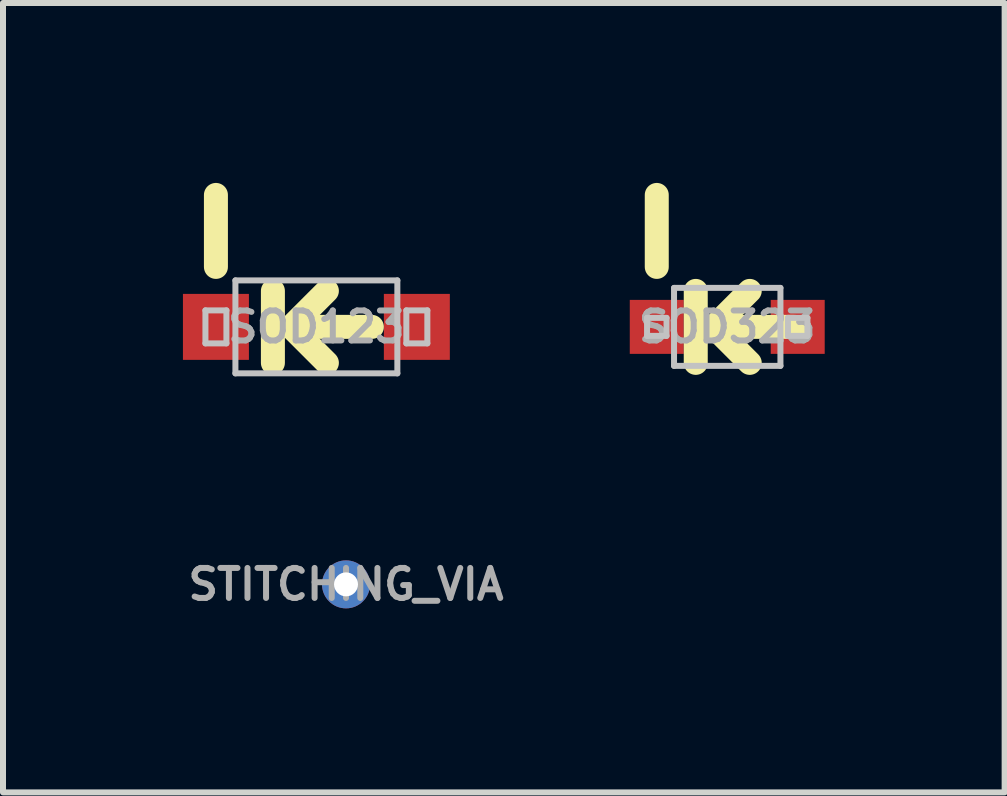
<source format=kicad_pcb>
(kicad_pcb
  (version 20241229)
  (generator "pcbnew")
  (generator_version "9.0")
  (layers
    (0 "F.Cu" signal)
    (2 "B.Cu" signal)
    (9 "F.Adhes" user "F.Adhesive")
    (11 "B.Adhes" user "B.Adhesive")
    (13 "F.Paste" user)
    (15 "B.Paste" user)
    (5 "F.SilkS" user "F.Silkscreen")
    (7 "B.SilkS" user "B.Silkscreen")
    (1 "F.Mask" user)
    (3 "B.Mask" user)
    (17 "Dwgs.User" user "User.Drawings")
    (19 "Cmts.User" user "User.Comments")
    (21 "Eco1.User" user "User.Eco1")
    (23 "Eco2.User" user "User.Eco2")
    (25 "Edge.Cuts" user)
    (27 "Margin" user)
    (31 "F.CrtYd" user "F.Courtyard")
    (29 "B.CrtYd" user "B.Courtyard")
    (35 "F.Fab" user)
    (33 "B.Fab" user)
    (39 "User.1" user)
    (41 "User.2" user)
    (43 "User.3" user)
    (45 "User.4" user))
  (footprint "STITCHING_VIA"
    (layer "F.Cu")
    (at 2.719 6.693)
    (property "Reference" "STITCHING_VIA" (at 0 0 0) (layer "F.Fab") (effects (font (size 0.5 0.5) (thickness 0.1))))
    (attr exclude_from_pos_files exclude_from_bom)
    (pad "" thru_hole circle (at 0 0) (size 0.8 0.8) (drill 0.4) (layers "*.Cu")))
  (footprint "SOD123"
    (layer "F.Cu")
    (at 2.225 2.4)
    (property "Reference" "SOD123" (at 0 0 0) (layer "F.Fab") (effects (font (size 0.5 0.5) (thickness 0.1))))
    (attr smd)
    (fp_line (start -1.675 -2.2) (end -1.675 -1) (stroke (width 0.4) (type solid)) (layer "F.SilkS"))
    (fp_line (start -0.725 -0.6) (end -0.725 0.6) (stroke (width 0.4) (type solid)) (layer "F.SilkS"))
    (fp_line (start -0.425 0) (end 0.175 -0.6) (stroke (width 0.4) (type solid)) (layer "F.SilkS"))
    (fp_line (start -0.425 0) (end 0.175 0.6) (stroke (width 0.4) (type solid)) (layer "F.SilkS"))
    (fp_line (start 0.925 0) (end -0.275 0) (stroke (width 0.4) (type solid)) (layer "F.SilkS"))
    (fp_line (start -1.85 -0.275) (end -1.5 -0.275) (stroke (width 0.1) (type solid)) (layer "Dwgs.User"))
    (fp_line (start -1.85 0.275) (end -1.85 -0.275) (stroke (width 0.1) (type solid)) (layer "Dwgs.User"))
    (fp_line (start -1.85 0.275) (end -1.5 0.275) (stroke (width 0.1) (type solid)) (layer "Dwgs.User"))
    (fp_line (start -1.5 0.275) (end -1.5 -0.275) (stroke (width 0.1) (type solid)) (layer "Dwgs.User"))
    (fp_line (start -1.35 -0.775) (end -1.35 0.775) (stroke (width 0.1) (type solid)) (layer "Dwgs.User"))
    (fp_line (start -1.35 -0.775) (end 1.35 -0.775) (stroke (width 0.1) (type solid)) (layer "Dwgs.User"))
    (fp_line (start -1.35 0.775) (end 1.35 0.775) (stroke (width 0.1) (type solid)) (layer "Dwgs.User"))
    (fp_line (start 1.35 0.775) (end 1.35 -0.775) (stroke (width 0.1) (type solid)) (layer "Dwgs.User"))
    (fp_line (start 1.5 0.275) (end 1.5 -0.275) (stroke (width 0.1) (type solid)) (layer "Dwgs.User"))
    (fp_line (start 1.85 -0.275) (end 1.5 -0.275) (stroke (width 0.1) (type solid)) (layer "Dwgs.User"))
    (fp_line (start 1.85 0.275) (end 1.5 0.275) (stroke (width 0.1) (type solid)) (layer "Dwgs.User"))
    (fp_line (start 1.85 0.275) (end 1.85 -0.275) (stroke (width 0.1) (type solid)) (layer "Dwgs.User"))
    (pad "1" smd rect (at -1.675 0) (size 1.1 1.1) (layers "F.Cu" "F.Mask" "F.Paste"))
    (pad "2" smd rect (at 1.675 0) (size 1.1 1.1) (layers "F.Cu" "F.Mask" "F.Paste")))
  (footprint "SOD323"
    (layer "F.Cu")
    (at 9.075 2.4)
    (property "Reference" "SOD323" (at 0 0 0) (layer "F.Fab") (effects (font (size 0.5 0.5) (thickness 0.1))))
    (attr smd)
    (fp_line (start -1.175 -2.2) (end -1.175 -1) (stroke (width 0.4) (type solid)) (layer "F.SilkS"))
    (fp_line (start -0.525 -0.6) (end -0.525 0.6) (stroke (width 0.4) (type solid)) (layer "F.SilkS"))
    (fp_line (start -0.225 0) (end 0.375 -0.6) (stroke (width 0.4) (type solid)) (layer "F.SilkS"))
    (fp_line (start -0.225 0) (end 0.375 0.6) (stroke (width 0.4) (type solid)) (layer "F.SilkS"))
    (fp_line (start 1.125 0) (end -0.075 0) (stroke (width 0.4) (type solid)) (layer "F.SilkS"))
    (fp_line (start -1.337 -0.15) (end -1.337 0.15) (stroke (width 0.1) (type solid)) (layer "Dwgs.User"))
    (fp_line (start -1.337 -0.15) (end -1.012 -0.15) (stroke (width 0.1) (type solid)) (layer "Dwgs.User"))
    (fp_line (start -1.337 0.15) (end -1.012 0.15) (stroke (width 0.1) (type solid)) (layer "Dwgs.User"))
    (fp_line (start -1.012 -0.15) (end -1.012 0.15) (stroke (width 0.1) (type solid)) (layer "Dwgs.User"))
    (fp_line (start -0.887 -0.65) (end -0.887 0.65) (stroke (width 0.1) (type solid)) (layer "Dwgs.User"))
    (fp_line (start -0.887 -0.65) (end 0.887 -0.65) (stroke (width 0.1) (type solid)) (layer "Dwgs.User"))
    (fp_line (start -0.887 0.65) (end 0.887 0.65) (stroke (width 0.1) (type solid)) (layer "Dwgs.User"))
    (fp_line (start 0.887 -0.65) (end 0.887 0.65) (stroke (width 0.1) (type solid)) (layer "Dwgs.User"))
    (fp_line (start 1.012 -0.15) (end 1.012 0.15) (stroke (width 0.1) (type solid)) (layer "Dwgs.User"))
    (fp_line (start 1.012 -0.15) (end 1.337 -0.15) (stroke (width 0.1) (type solid)) (layer "Dwgs.User"))
    (fp_line (start 1.012 0.15) (end 1.337 0.15) (stroke (width 0.1) (type solid)) (layer "Dwgs.User"))
    (fp_line (start 1.337 -0.15) (end 1.337 0.15) (stroke (width 0.1) (type solid)) (layer "Dwgs.User"))
    (pad "1" smd rect (at -1.175 0) (size 0.9 0.9) (layers "F.Cu" "F.Mask" "F.Paste"))
    (pad "2" smd rect (at 1.175 0) (size 0.9 0.9) (layers "F.Cu" "F.Mask" "F.Paste")))
  (gr_rect
    (start -3 -3)
    (end 13.7 10.161)
    (stroke (width 0.1) (type default))
    (fill no)
    (layer "Edge.Cuts")))
</source>
